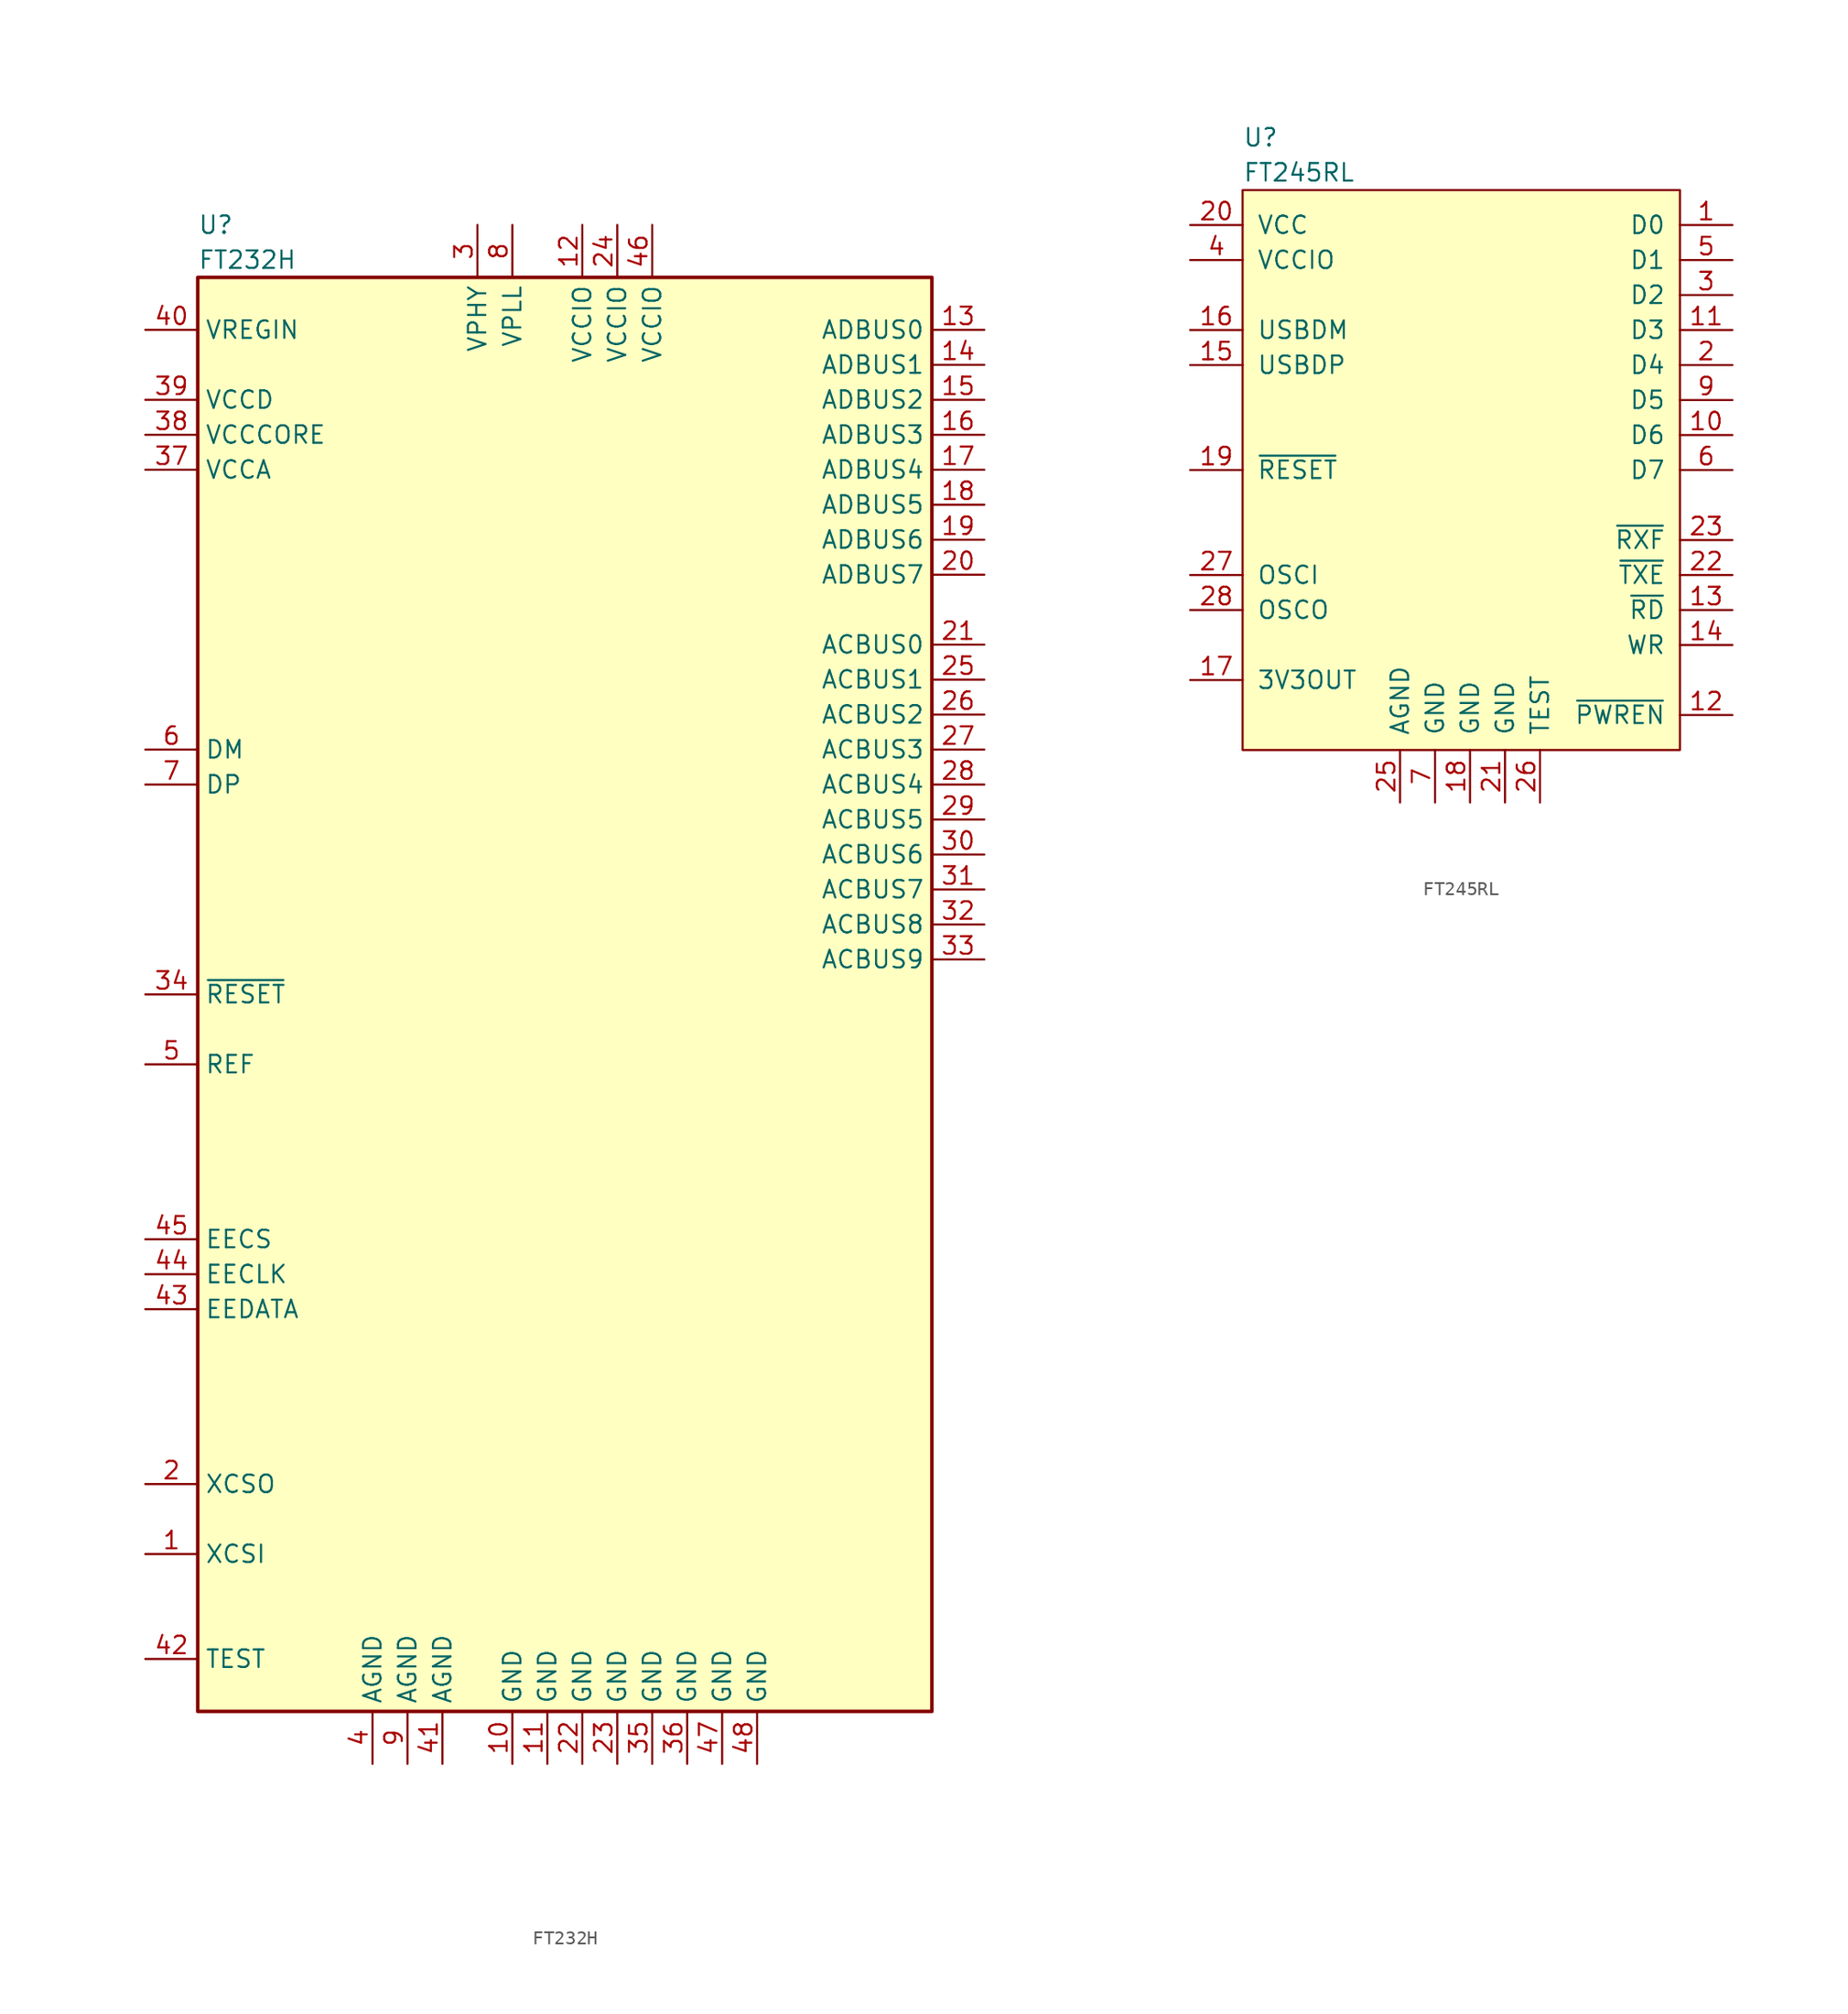
<source format=kicad_sym>
(kicad_symbol_lib
  (version 20231120)
  (generator "kicad_symbol_editor")
  (generator_version "8.0")
  (symbol "FT232H"
    (property "Reference" "U"
      (at -26.67 55.88 0)
      (effects (font (size 1.27 1.27)) (justify left)))
    (property "Value" "FT232H"
      (at -26.67 53.34 0)
      (effects (font (size 1.27 1.27)) (justify left)))
    (symbol "FT232H_0_1"
      (rectangle (start -26.67 -52.07) (end 26.67 52.07) (stroke (width 0.254) (type solid)) (fill (type background))))
    (symbol "FT232H_1_1"
      (pin input line (at -30.48 -40.64 0) (length 3.81) (name "XCSI" (effects (font (size 1.27 1.27)))) (number "1" (effects (font (size 1.27 1.27)))))
      (pin power_in line (at -3.81 -55.88 90) (length 3.81) (name "GND" (effects (font (size 1.27 1.27)))) (number "10" (effects (font (size 1.27 1.27)))))
      (pin power_in line (at -1.27 -55.88 90) (length 3.81) (name "GND" (effects (font (size 1.27 1.27)))) (number "11" (effects (font (size 1.27 1.27)))))
      (pin power_in line (at 1.27 55.88 270) (length 3.81) (name "VCCIO" (effects (font (size 1.27 1.27)))) (number "12" (effects (font (size 1.27 1.27)))))
      (pin bidirectional line (at 30.48 48.26 180) (length 3.81) (name "ADBUS0" (effects (font (size 1.27 1.27)))) (number "13" (effects (font (size 1.27 1.27)))))
      (pin bidirectional line (at 30.48 45.72 180) (length 3.81) (name "ADBUS1" (effects (font (size 1.27 1.27)))) (number "14" (effects (font (size 1.27 1.27)))))
      (pin bidirectional line (at 30.48 43.18 180) (length 3.81) (name "ADBUS2" (effects (font (size 1.27 1.27)))) (number "15" (effects (font (size 1.27 1.27)))))
      (pin bidirectional line (at 30.48 40.64 180) (length 3.81) (name "ADBUS3" (effects (font (size 1.27 1.27)))) (number "16" (effects (font (size 1.27 1.27)))))
      (pin bidirectional line (at 30.48 38.1 180) (length 3.81) (name "ADBUS4" (effects (font (size 1.27 1.27)))) (number "17" (effects (font (size 1.27 1.27)))))
      (pin bidirectional line (at 30.48 35.56 180) (length 3.81) (name "ADBUS5" (effects (font (size 1.27 1.27)))) (number "18" (effects (font (size 1.27 1.27)))))
      (pin bidirectional line (at 30.48 33.02 180) (length 3.81) (name "ADBUS6" (effects (font (size 1.27 1.27)))) (number "19" (effects (font (size 1.27 1.27)))))
      (pin output line (at -30.48 -35.56 0) (length 3.81) (name "XCSO" (effects (font (size 1.27 1.27)))) (number "2" (effects (font (size 1.27 1.27)))))
      (pin bidirectional line (at 30.48 30.48 180) (length 3.81) (name "ADBUS7" (effects (font (size 1.27 1.27)))) (number "20" (effects (font (size 1.27 1.27)))))
      (pin bidirectional line (at 30.48 25.4 180) (length 3.81) (name "ACBUS0" (effects (font (size 1.27 1.27)))) (number "21" (effects (font (size 1.27 1.27)))))
      (pin power_in line (at 1.27 -55.88 90) (length 3.81) (name "GND" (effects (font (size 1.27 1.27)))) (number "22" (effects (font (size 1.27 1.27)))))
      (pin power_in line (at 3.81 -55.88 90) (length 3.81) (name "GND" (effects (font (size 1.27 1.27)))) (number "23" (effects (font (size 1.27 1.27)))))
      (pin power_in line (at 3.81 55.88 270) (length 3.81) (name "VCCIO" (effects (font (size 1.27 1.27)))) (number "24" (effects (font (size 1.27 1.27)))))
      (pin bidirectional line (at 30.48 22.86 180) (length 3.81) (name "ACBUS1" (effects (font (size 1.27 1.27)))) (number "25" (effects (font (size 1.27 1.27)))))
      (pin bidirectional line (at 30.48 20.32 180) (length 3.81) (name "ACBUS2" (effects (font (size 1.27 1.27)))) (number "26" (effects (font (size 1.27 1.27)))))
      (pin bidirectional line (at 30.48 17.78 180) (length 3.81) (name "ACBUS3" (effects (font (size 1.27 1.27)))) (number "27" (effects (font (size 1.27 1.27)))))
      (pin bidirectional line (at 30.48 15.24 180) (length 3.81) (name "ACBUS4" (effects (font (size 1.27 1.27)))) (number "28" (effects (font (size 1.27 1.27)))))
      (pin bidirectional line (at 30.48 12.7 180) (length 3.81) (name "ACBUS5" (effects (font (size 1.27 1.27)))) (number "29" (effects (font (size 1.27 1.27)))))
      (pin power_in line (at -6.35 55.88 270) (length 3.81) (name "VPHY" (effects (font (size 1.27 1.27)))) (number "3" (effects (font (size 1.27 1.27)))))
      (pin bidirectional line (at 30.48 10.16 180) (length 3.81) (name "ACBUS6" (effects (font (size 1.27 1.27)))) (number "30" (effects (font (size 1.27 1.27)))))
      (pin bidirectional line (at 30.48 7.62 180) (length 3.81) (name "ACBUS7" (effects (font (size 1.27 1.27)))) (number "31" (effects (font (size 1.27 1.27)))))
      (pin bidirectional line (at 30.48 5.08 180) (length 3.81) (name "ACBUS8" (effects (font (size 1.27 1.27)))) (number "32" (effects (font (size 1.27 1.27)))))
      (pin bidirectional line (at 30.48 2.54 180) (length 3.81) (name "ACBUS9" (effects (font (size 1.27 1.27)))) (number "33" (effects (font (size 1.27 1.27)))))
      (pin input line (at -30.48 0 0) (length 3.81) (name "~{RESET}" (effects (font (size 1.27 1.27)))) (number "34" (effects (font (size 1.27 1.27)))))
      (pin power_in line (at 6.35 -55.88 90) (length 3.81) (name "GND" (effects (font (size 1.27 1.27)))) (number "35" (effects (font (size 1.27 1.27)))))
      (pin power_in line (at 8.89 -55.88 90) (length 3.81) (name "GND" (effects (font (size 1.27 1.27)))) (number "36" (effects (font (size 1.27 1.27)))))
      (pin power_out line (at -30.48 38.1 0) (length 3.81) (name "VCCA" (effects (font (size 1.27 1.27)))) (number "37" (effects (font (size 1.27 1.27)))))
      (pin power_out line (at -30.48 40.64 0) (length 3.81) (name "VCCCORE" (effects (font (size 1.27 1.27)))) (number "38" (effects (font (size 1.27 1.27)))))
      (pin power_out line (at -30.48 43.18 0) (length 3.81) (name "VCCD" (effects (font (size 1.27 1.27)))) (number "39" (effects (font (size 1.27 1.27)))))
      (pin power_in line (at -13.97 -55.88 90) (length 3.81) (name "AGND" (effects (font (size 1.27 1.27)))) (number "4" (effects (font (size 1.27 1.27)))))
      (pin power_in line (at -30.48 48.26 0) (length 3.81) (name "VREGIN" (effects (font (size 1.27 1.27)))) (number "40" (effects (font (size 1.27 1.27)))))
      (pin power_in line (at -8.89 -55.88 90) (length 3.81) (name "AGND" (effects (font (size 1.27 1.27)))) (number "41" (effects (font (size 1.27 1.27)))))
      (pin input line (at -30.48 -48.26 0) (length 3.81) (name "TEST" (effects (font (size 1.27 1.27)))) (number "42" (effects (font (size 1.27 1.27)))))
      (pin bidirectional line (at -30.48 -22.86 0) (length 3.81) (name "EEDATA" (effects (font (size 1.27 1.27)))) (number "43" (effects (font (size 1.27 1.27)))))
      (pin output line (at -30.48 -20.32 0) (length 3.81) (name "EECLK" (effects (font (size 1.27 1.27)))) (number "44" (effects (font (size 1.27 1.27)))))
      (pin output line (at -30.48 -17.78 0) (length 3.81) (name "EECS" (effects (font (size 1.27 1.27)))) (number "45" (effects (font (size 1.27 1.27)))))
      (pin power_in line (at 6.35 55.88 270) (length 3.81) (name "VCCIO" (effects (font (size 1.27 1.27)))) (number "46" (effects (font (size 1.27 1.27)))))
      (pin power_in line (at 11.43 -55.88 90) (length 3.81) (name "GND" (effects (font (size 1.27 1.27)))) (number "47" (effects (font (size 1.27 1.27)))))
      (pin power_in line (at 13.97 -55.88 90) (length 3.81) (name "GND" (effects (font (size 1.27 1.27)))) (number "48" (effects (font (size 1.27 1.27)))))
      (pin output line (at -30.48 -5.08 0) (length 3.81) (name "REF" (effects (font (size 1.27 1.27)))) (number "5" (effects (font (size 1.27 1.27)))))
      (pin bidirectional line (at -30.48 17.78 0) (length 3.81) (name "DM" (effects (font (size 1.27 1.27)))) (number "6" (effects (font (size 1.27 1.27)))))
      (pin bidirectional line (at -30.48 15.24 0) (length 3.81) (name "DP" (effects (font (size 1.27 1.27)))) (number "7" (effects (font (size 1.27 1.27)))))
      (pin power_in line (at -3.81 55.88 270) (length 3.81) (name "VPLL" (effects (font (size 1.27 1.27)))) (number "8" (effects (font (size 1.27 1.27)))))
      (pin power_in line (at -11.43 -55.88 90) (length 3.81) (name "AGND" (effects (font (size 1.27 1.27)))) (number "9" (effects (font (size 1.27 1.27)))))))
  (symbol "FT245RL"
    (pin_names
      (offset 1.016))
    (property "Reference" "U"
      (at 0 13.97 0)
      (effects (font (size 1.27 1.27)) (justify left)))
    (property "Value" "FT245RL"
      (at 0 11.43 0)
      (effects (font (size 1.27 1.27)) (justify left)))
    (symbol "FT245RL_0_1"
      (rectangle (start 0 10.16) (end 31.75 -30.48) (stroke (width 0) (type solid)) (fill (type background))))
    (symbol "FT245RL_1_1"
      (pin bidirectional line (at 35.56 7.62 180) (length 3.81) (name "D0" (effects (font (size 1.27 1.27)))) (number "1" (effects (font (size 1.27 1.27)))))
      (pin bidirectional line (at 35.56 -7.62 180) (length 3.81) (name "D6" (effects (font (size 1.27 1.27)))) (number "10" (effects (font (size 1.27 1.27)))))
      (pin bidirectional line (at 35.56 0 180) (length 3.81) (name "D3" (effects (font (size 1.27 1.27)))) (number "11" (effects (font (size 1.27 1.27)))))
      (pin output line (at 35.56 -27.94 180) (length 3.81) (name "~{PWREN}" (effects (font (size 1.27 1.27)))) (number "12" (effects (font (size 1.27 1.27)))))
      (pin input line (at 35.56 -20.32 180) (length 3.81) (name "~{RD}" (effects (font (size 1.27 1.27)))) (number "13" (effects (font (size 1.27 1.27)))))
      (pin input line (at 35.56 -22.86 180) (length 3.81) (name "WR" (effects (font (size 1.27 1.27)))) (number "14" (effects (font (size 1.27 1.27)))))
      (pin bidirectional line (at -3.81 -2.54 0) (length 3.81) (name "USBDP" (effects (font (size 1.27 1.27)))) (number "15" (effects (font (size 1.27 1.27)))))
      (pin bidirectional line (at -3.81 0 0) (length 3.81) (name "USBDM" (effects (font (size 1.27 1.27)))) (number "16" (effects (font (size 1.27 1.27)))))
      (pin power_out line (at -3.81 -25.4 0) (length 3.81) (name "3V3OUT" (effects (font (size 1.27 1.27)))) (number "17" (effects (font (size 1.27 1.27)))))
      (pin power_in line (at 16.51 -34.29 90) (length 3.81) (name "GND" (effects (font (size 1.27 1.27)))) (number "18" (effects (font (size 1.27 1.27)))))
      (pin input line (at -3.81 -10.16 0) (length 3.81) (name "~{RESET}" (effects (font (size 1.27 1.27)))) (number "19" (effects (font (size 1.27 1.27)))))
      (pin bidirectional line (at 35.56 -2.54 180) (length 3.81) (name "D4" (effects (font (size 1.27 1.27)))) (number "2" (effects (font (size 1.27 1.27)))))
      (pin power_in line (at -3.81 7.62 0) (length 3.81) (name "VCC" (effects (font (size 1.27 1.27)))) (number "20" (effects (font (size 1.27 1.27)))))
      (pin power_in line (at 19.05 -34.29 90) (length 3.81) (name "GND" (effects (font (size 1.27 1.27)))) (number "21" (effects (font (size 1.27 1.27)))))
      (pin output line (at 35.56 -17.78 180) (length 3.81) (name "~{TXE}" (effects (font (size 1.27 1.27)))) (number "22" (effects (font (size 1.27 1.27)))))
      (pin bidirectional line (at 35.56 -15.24 180) (length 3.81) (name "~{RXF}" (effects (font (size 1.27 1.27)))) (number "23" (effects (font (size 1.27 1.27)))))
      (pin power_in line (at 11.43 -34.29 90) (length 3.81) (name "AGND" (effects (font (size 1.27 1.27)))) (number "25" (effects (font (size 1.27 1.27)))))
      (pin power_in line (at 21.59 -34.29 90) (length 3.81) (name "TEST" (effects (font (size 1.27 1.27)))) (number "26" (effects (font (size 1.27 1.27)))))
      (pin input line (at -3.81 -17.78 0) (length 3.81) (name "OSCI" (effects (font (size 1.27 1.27)))) (number "27" (effects (font (size 1.27 1.27)))))
      (pin output line (at -3.81 -20.32 0) (length 3.81) (name "OSCO" (effects (font (size 1.27 1.27)))) (number "28" (effects (font (size 1.27 1.27)))))
      (pin bidirectional line (at 35.56 2.54 180) (length 3.81) (name "D2" (effects (font (size 1.27 1.27)))) (number "3" (effects (font (size 1.27 1.27)))))
      (pin power_in line (at -3.81 5.08 0) (length 3.81) (name "VCCIO" (effects (font (size 1.27 1.27)))) (number "4" (effects (font (size 1.27 1.27)))))
      (pin bidirectional line (at 35.56 5.08 180) (length 3.81) (name "D1" (effects (font (size 1.27 1.27)))) (number "5" (effects (font (size 1.27 1.27)))))
      (pin bidirectional line (at 35.56 -10.16 180) (length 3.81) (name "D7" (effects (font (size 1.27 1.27)))) (number "6" (effects (font (size 1.27 1.27)))))
      (pin power_in line (at 13.97 -34.29 90) (length 3.81) (name "GND" (effects (font (size 1.27 1.27)))) (number "7" (effects (font (size 1.27 1.27)))))
      (pin bidirectional line (at 35.56 -5.08 180) (length 3.81) (name "D5" (effects (font (size 1.27 1.27)))) (number "9" (effects (font (size 1.27 1.27))))))))
</source>
